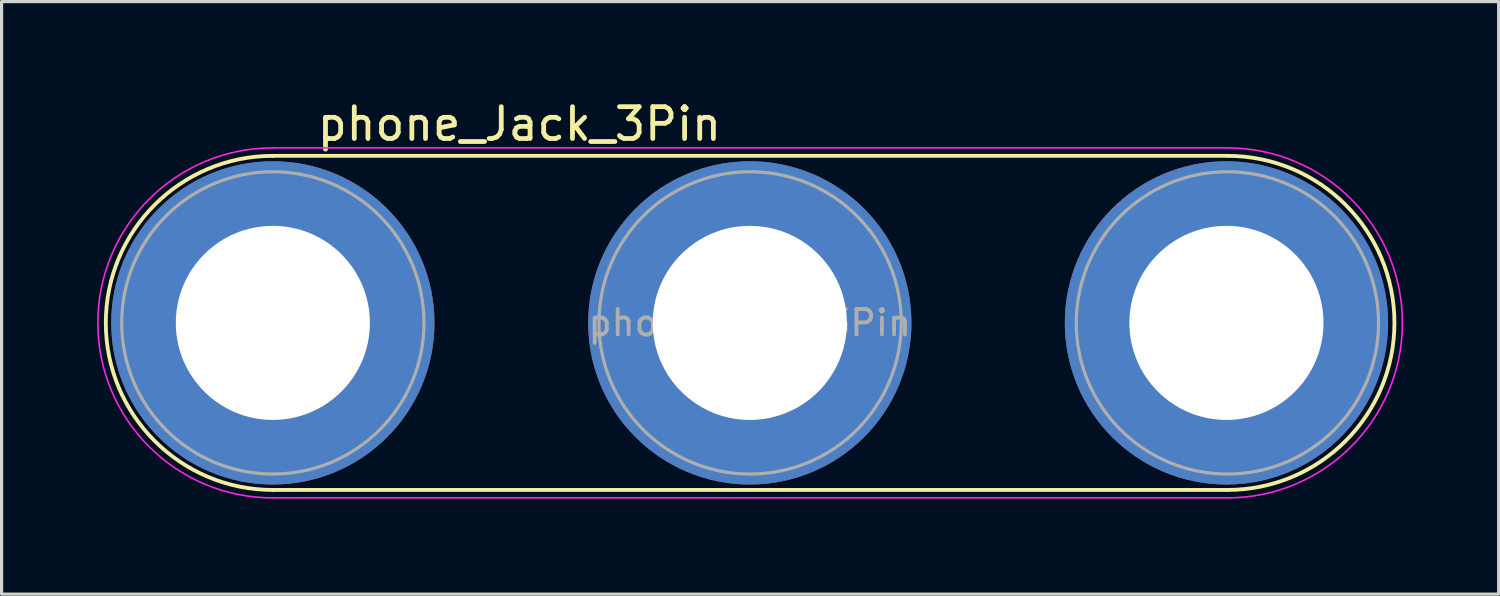
<source format=kicad_pcb>
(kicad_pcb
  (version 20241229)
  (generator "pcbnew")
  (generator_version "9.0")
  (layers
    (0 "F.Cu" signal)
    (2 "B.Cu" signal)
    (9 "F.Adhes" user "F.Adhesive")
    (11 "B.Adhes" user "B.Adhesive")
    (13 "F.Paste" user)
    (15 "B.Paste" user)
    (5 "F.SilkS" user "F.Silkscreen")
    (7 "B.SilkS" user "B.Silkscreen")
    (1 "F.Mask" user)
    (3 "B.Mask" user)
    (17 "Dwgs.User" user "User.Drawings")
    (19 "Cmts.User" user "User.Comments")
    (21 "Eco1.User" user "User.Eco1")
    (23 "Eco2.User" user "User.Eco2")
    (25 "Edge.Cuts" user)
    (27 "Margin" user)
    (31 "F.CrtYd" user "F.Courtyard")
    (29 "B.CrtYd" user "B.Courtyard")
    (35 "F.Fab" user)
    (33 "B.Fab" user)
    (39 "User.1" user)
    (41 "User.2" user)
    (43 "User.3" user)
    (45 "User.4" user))
  (footprint "phone_Jack_3Pin"
    (layer "F.Cu")
    (at 5.525 7.098)
    (property "Reference" "phone_Jack_3Pin" (at 7.75 -6.25 0) (layer "F.SilkS") (effects (font (size 1 1) (thickness 0.15))))
    (attr through_hole)
    (fp_line (start 0 5.25) (end 30 5.25) (stroke (width 0.12) (type solid)) (layer "F.SilkS"))
    (fp_line (start 30 -5.25) (end 0 -5.25) (stroke (width 0.12) (type solid)) (layer "F.SilkS"))
    (fp_arc (start 0 5.25) (mid -5.25 0) (end 0 -5.25) (stroke (width 0.12) (type solid)) (layer "F.SilkS"))
    (fp_arc (start 30 -5.25) (mid 35.25 0) (end 30 5.25) (stroke (width 0.12) (type solid)) (layer "F.SilkS"))
    (fp_line (start 0 -5.5) (end 30 -5.5) (stroke (width 0.05) (type solid)) (layer "F.CrtYd"))
    (fp_line (start 30 5.5) (end 0 5.5) (stroke (width 0.05) (type solid)) (layer "F.CrtYd"))
    (fp_arc (start 0 5.5) (mid -5.5 0) (end 0 -5.5) (stroke (width 0.05) (type solid)) (layer "F.CrtYd"))
    (fp_arc (start 30 -5.5) (mid 35.5 0) (end 30 5.5) (stroke (width 0.05) (type solid)) (layer "F.CrtYd"))
    (fp_circle (center 0 0) (end 2 0) (stroke (width 0.1) (type solid)) (fill no) (layer "F.Fab"))
    (fp_circle (center 0 0) (end 4.75 0) (stroke (width 0.1) (type solid)) (fill no) (layer "F.Fab"))
    (fp_circle (center 15 0) (end 17 0) (stroke (width 0.1) (type solid)) (fill no) (layer "F.Fab"))
    (fp_circle (center 15 0) (end 19.75 0) (stroke (width 0.1) (type solid)) (fill no) (layer "F.Fab"))
    (fp_circle (center 30 0) (end 30 -4.75) (stroke (width 0.1) (type solid)) (fill no) (layer "F.Fab"))
    (fp_circle (center 30 0) (end 30 -2) (stroke (width 0.1) (type solid)) (fill no) (layer "F.Fab"))
    (fp_text user "${REFERENCE}" (at 14.99 0 0) (layer "F.Fab") (effects (font (size 0.8 0.8) (thickness 0.12))))
    (pad "1" thru_hole circle (at 0 0) (size 10.16 10.16) (drill 6.1) (layers "*.Cu" "*.Mask"))
    (pad "2" thru_hole circle (at 14.99 0) (size 10.16 10.16) (drill 6.1) (layers "*.Cu" "*.Mask"))
    (pad "3" thru_hole circle (at 29.97 0) (size 10.16 10.16) (drill 6.1) (layers "*.Cu" "*.Mask")))
  (gr_rect
    (start -3 -3)
    (end 44.05 15.623)
    (stroke (width 0.1) (type default))
    (fill no)
    (layer "Edge.Cuts")))
</source>
